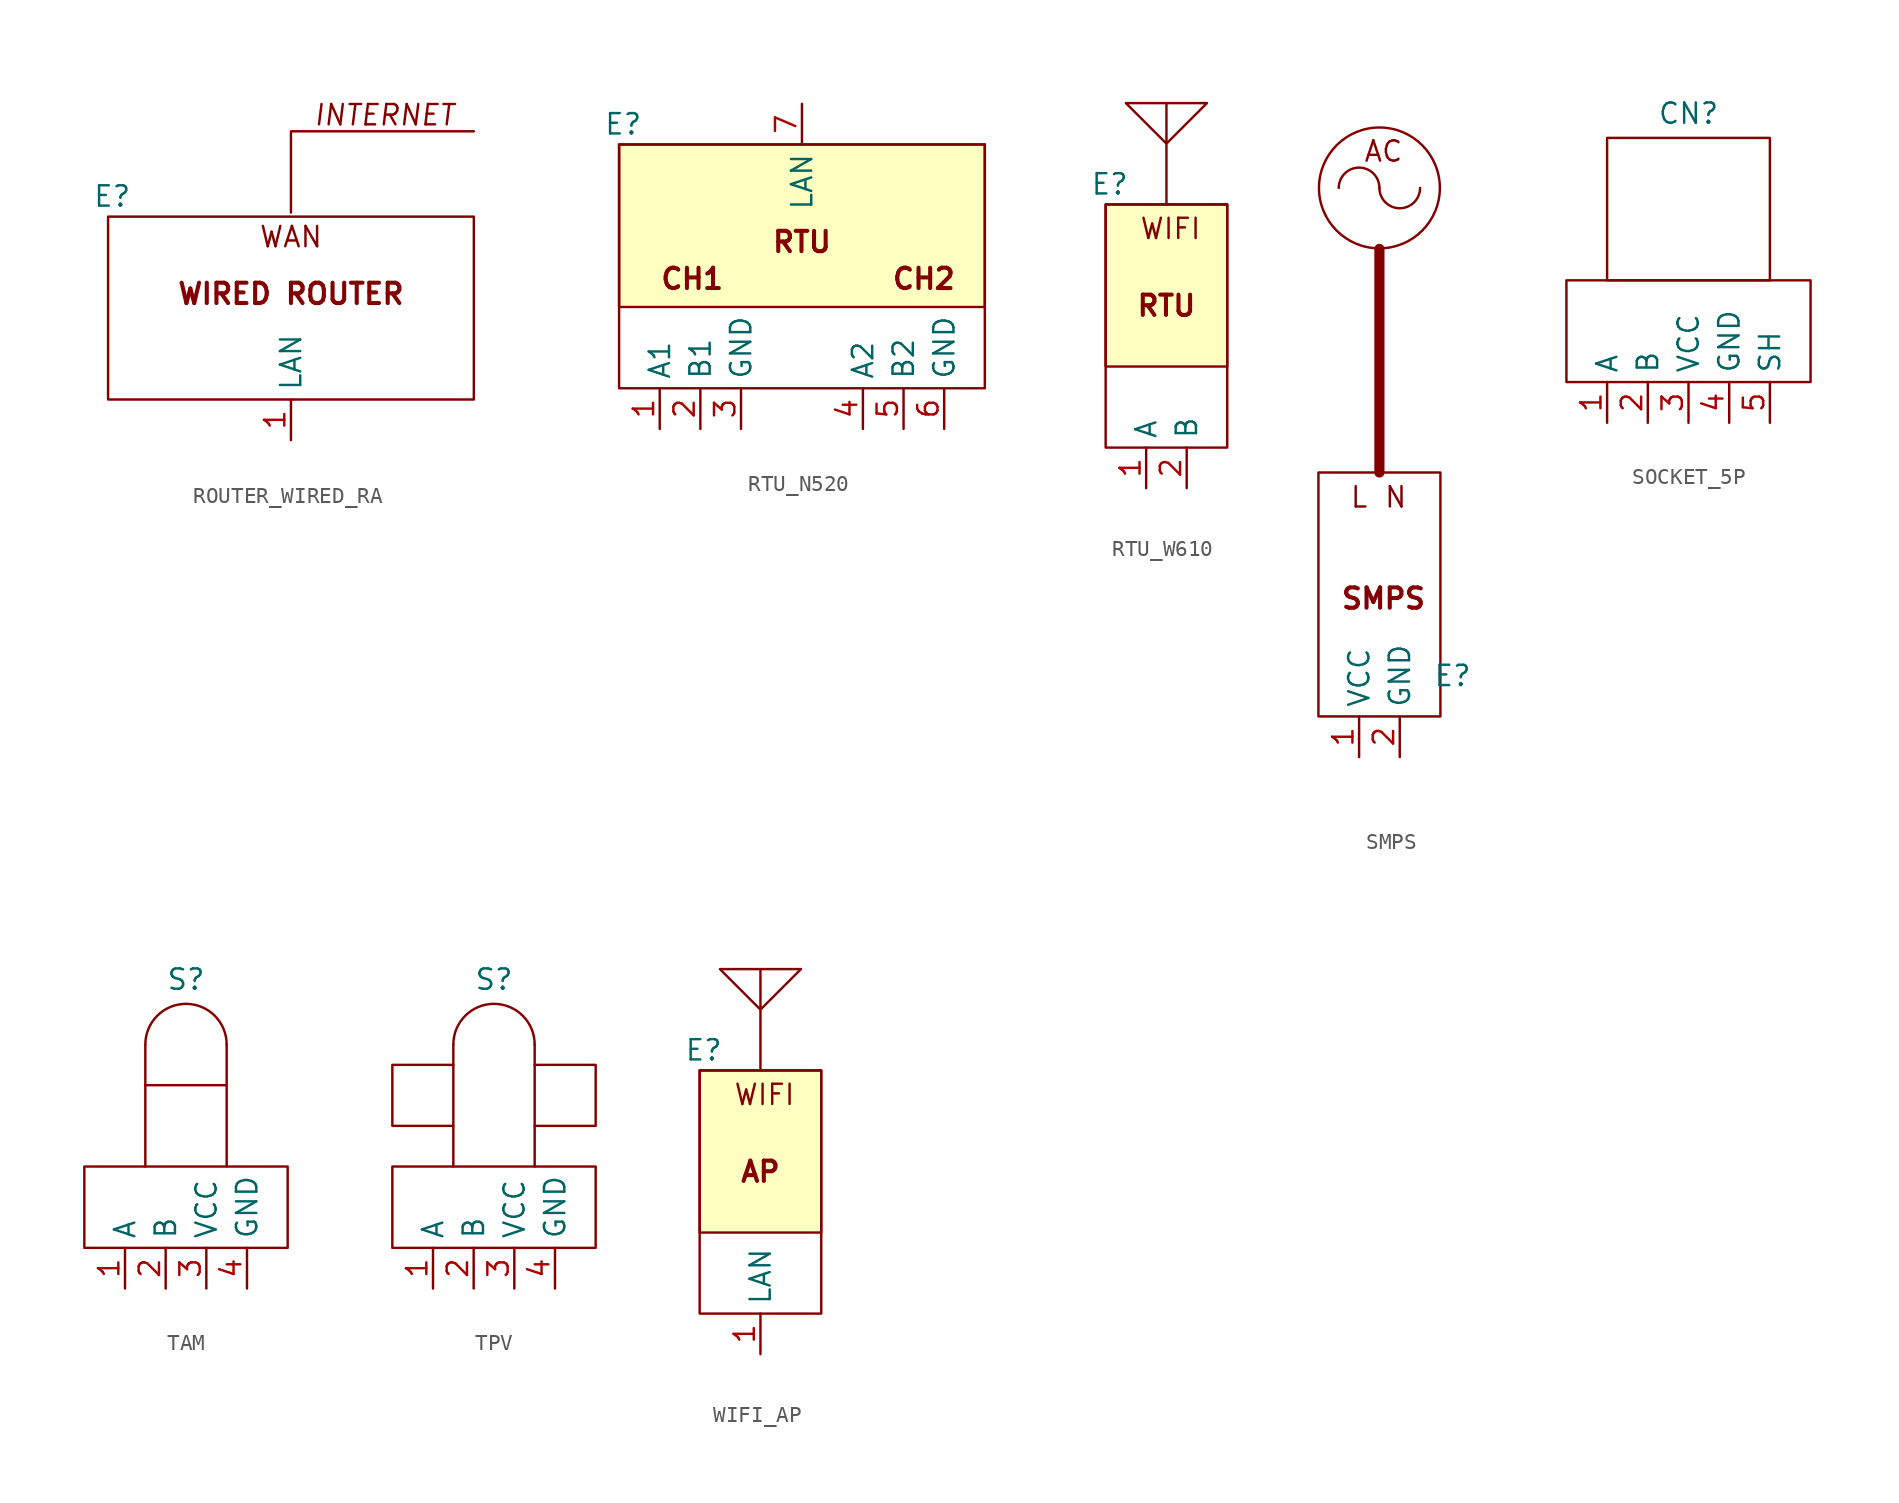
<source format=kicad_sym>
(kicad_symbol_lib
  (version 20231120)
  (generator "kicad_symbol_editor")
  (generator_version "8.0")
  (symbol "ROUTER_WIRED_RA"
    (property "Reference" "E"
      (at -3.556 5.08 0)
      (effects (font (size 1.27 1.27))))
    (property "Value" ""
      (at -1.27 -2.54 0)
      (effects (font (size 1.27 1.27))))
    (symbol "ROUTER_WIRED_RA_0_1"
      (rectangle (start -3.81 3.81) (end 19.05 -7.62) (stroke (width 0) (type default)) (fill (type none))))
    (symbol "ROUTER_WIRED_RA_1_1"
      (polyline (pts (xy 7.62 4.064) (xy 7.62 9.144) (xy 19.05 9.144)) (stroke (width 0) (type default)) (fill (type none)))
      (text "INTERNET" (at 13.462 10.16 0) (effects (font (size 1.27 1.27) (italic yes))))
      (text "WAN" (at 7.62 2.54 0) (effects (font (size 1.27 1.27))))
      (text "WIRED ROUTER" (at 7.62 -1.016 0) (effects (font (size 1.27 1.27) (bold yes))))
      (pin passive line (at 7.62 -10.16 90) (length 2.54) (name "LAN" (effects (font (size 1.27 1.27)))) (number "1" (effects (font (size 1.27 1.27)))))))
  (symbol "RTU_N520"
    (property "Reference" "E"
      (at -3.556 8.89 0)
      (effects (font (size 1.27 1.27))))
    (property "Value" ""
      (at -1.27 -2.54 0)
      (effects (font (size 1.27 1.27))))
    (symbol "RTU_N520_0_1"
      (rectangle (start -3.81 7.62) (end 19.05 -7.62) (stroke (width 0) (type default)) (fill (type none)))
      (rectangle (start -3.81 7.62) (end 19.05 -2.54) (stroke (width 0) (type default)) (fill (type background))))
    (symbol "RTU_N520_1_1"
      (text "CH1" (at 0.762 -1.524 0) (effects (font (size 1.27 1.27) (bold yes)) (justify bottom)))
      (text "CH2" (at 15.24 -1.524 0) (effects (font (size 1.27 1.27) (bold yes)) (justify bottom)))
      (text "RTU" (at 7.62 1.524 0) (effects (font (size 1.27 1.27) (bold yes))))
      (pin passive line (at -1.27 -10.16 90) (length 2.54) (name "A1" (effects (font (size 1.27 1.27)))) (number "1" (effects (font (size 1.27 1.27)))))
      (pin passive line (at 1.27 -10.16 90) (length 2.54) (name "B1" (effects (font (size 1.27 1.27)))) (number "2" (effects (font (size 1.27 1.27)))))
      (pin passive line (at 3.81 -10.16 90) (length 2.54) (name "GND" (effects (font (size 1.27 1.27)))) (number "3" (effects (font (size 1.27 1.27)))))
      (pin passive line (at 11.43 -10.16 90) (length 2.54) (name "A2" (effects (font (size 1.27 1.27)))) (number "4" (effects (font (size 1.27 1.27)))))
      (pin passive line (at 13.97 -10.16 90) (length 2.54) (name "B2" (effects (font (size 1.27 1.27)))) (number "5" (effects (font (size 1.27 1.27)))))
      (pin passive line (at 16.51 -10.16 90) (length 2.54) (name "GND" (effects (font (size 1.27 1.27)))) (number "6" (effects (font (size 1.27 1.27)))))
      (pin passive line (at 7.62 10.16 270) (length 2.54) (name "LAN" (effects (font (size 1.27 1.27)))) (number "7" (effects (font (size 1.27 1.27)))))))
  (symbol "RTU_W610"
    (property "Reference" "E"
      (at -3.556 8.89 0)
      (effects (font (size 1.27 1.27))))
    (property "Value" ""
      (at -1.27 -2.54 0)
      (effects (font (size 1.27 1.27))))
    (symbol "RTU_W610_0_1"
      (rectangle (start -3.81 7.62) (end 3.81 -7.62) (stroke (width 0) (type default)) (fill (type none)))
      (rectangle (start -3.81 7.62) (end 3.81 -2.54) (stroke (width 0) (type default)) (fill (type background)))
      (polyline (pts (xy 0 7.62) (xy 0 13.97) (xy -2.54 13.97) (xy 0 11.43) (xy 2.54 13.97) (xy 0 13.97)) (stroke (width 0) (type default)) (fill (type none))))
    (symbol "RTU_W610_1_1"
      (text "RTU" (at 0 1.27 0) (effects (font (size 1.27 1.27) (bold yes))))
      (text "WIFI" (at 0.254 6.096 0) (effects (font (size 1.27 1.27))))
      (pin passive line (at -1.27 -10.16 90) (length 2.54) (name "A" (effects (font (size 1.27 1.27)))) (number "1" (effects (font (size 1.27 1.27)))))
      (pin passive line (at 1.27 -10.16 90) (length 2.54) (name "B" (effects (font (size 1.27 1.27)))) (number "2" (effects (font (size 1.27 1.27)))))))
  (symbol "SMPS"
    (property "Reference" "E"
      (at 4.572 -5.08 0)
      (effects (font (size 1.27 1.27))))
    (property "Value" ""
      (at -1.27 -2.54 0)
      (effects (font (size 1.27 1.27))))
    (symbol "SMPS_0_1"
      (rectangle (start -3.81 7.62) (end 3.81 -7.62) (stroke (width 0) (type default)) (fill (type none)))
      (arc (start 0 25.4) (mid -1.27 26.67) (end -2.54 25.4) (stroke (width 0) (type default)) (fill (type none)))
      (arc (start 0 25.4) (mid 1.27 24.13) (end 2.54 25.4) (stroke (width 0) (type default)) (fill (type none)))
      (circle (center 0 25.4) (radius 3.776) (stroke (width 0) (type default)) (fill (type none))))
    (symbol "SMPS_1_1"
      (polyline (pts (xy 0 7.62) (xy 0 21.59)) (stroke (width 0.635) (type default)) (fill (type none)))
      (text "AC" (at 0.254 27.686 0) (effects (font (size 1.27 1.27))))
      (text "L" (at -1.27 5.334 0) (effects (font (size 1.27 1.27)) (justify bottom)))
      (text "N" (at 1.016 5.334 0) (effects (font (size 1.27 1.27)) (justify bottom)))
      (text "SMPS" (at 0.254 -0.254 0) (effects (font (size 1.27 1.27) (bold yes))))
      (pin passive line (at -1.27 -10.16 90) (length 2.54) (name "VCC" (effects (font (size 1.27 1.27)))) (number "1" (effects (font (size 1.27 1.27)))))
      (pin passive line (at 1.27 -10.16 90) (length 2.54) (name "GND" (effects (font (size 1.27 1.27)))) (number "2" (effects (font (size 1.27 1.27)))))))
  (symbol "SOCKET_5P"
    (property "Reference" "CN"
      (at 0 10.414 0)
      (effects (font (size 1.27 1.27))))
    (property "Value" ""
      (at -5.08 -3.81 0)
      (effects (font (size 1.27 1.27))))
    (symbol "SOCKET_5P_0_1"
      (rectangle (start -7.62 0) (end 7.62 -6.35) (stroke (width 0) (type default)) (fill (type none)))
      (rectangle (start -5.08 8.89) (end 5.08 0) (stroke (width 0) (type default)) (fill (type none))))
    (symbol "SOCKET_5P_1_1"
      (pin passive line (at -5.08 -8.89 90) (length 2.54) (name "A" (effects (font (size 1.27 1.27)))) (number "1" (effects (font (size 1.27 1.27)))))
      (pin passive line (at -2.54 -8.89 90) (length 2.54) (name "B" (effects (font (size 1.27 1.27)))) (number "2" (effects (font (size 1.27 1.27)))))
      (pin passive line (at 0 -8.89 90) (length 2.54) (name "VCC" (effects (font (size 1.27 1.27)))) (number "3" (effects (font (size 1.27 1.27)))))
      (pin passive line (at 2.54 -8.89 90) (length 2.54) (name "GND" (effects (font (size 1.27 1.27)))) (number "4" (effects (font (size 1.27 1.27)))))
      (pin passive line (at 5.08 -8.89 90) (length 2.54) (name "SH" (effects (font (size 1.27 1.27)))) (number "5" (effects (font (size 1.27 1.27)))))))
  (symbol "TAM"
    (property "Reference" "S"
      (at 0 11.684 0)
      (effects (font (size 1.27 1.27))))
    (property "Value" ""
      (at -3.81 -2.54 0)
      (effects (font (size 1.27 1.27))))
    (symbol "TAM_0_1"
      (rectangle (start -6.35 0) (end 6.35 -5.08) (stroke (width 0) (type default)) (fill (type none)))
      (polyline (pts (xy -2.54 5.08) (xy 2.54 5.08)) (stroke (width 0) (type default)) (fill (type none)))
      (polyline (pts (xy -2.54 7.62) (xy -2.54 0)) (stroke (width 0) (type default)) (fill (type none)))
      (polyline (pts (xy 2.54 7.62) (xy 2.54 0)) (stroke (width 0) (type default)) (fill (type none)))
      (arc (start 0 10.16) (mid -1.7961 9.4161) (end -2.54 7.62) (stroke (width 0) (type default)) (fill (type none)))
      (arc (start 2.54 7.62) (mid 1.7961 9.4161) (end 0 10.16) (stroke (width 0) (type default)) (fill (type none))))
    (symbol "TAM_1_1"
      (pin passive line (at -3.81 -7.62 90) (length 2.54) (name "A" (effects (font (size 1.27 1.27)))) (number "1" (effects (font (size 1.27 1.27)))))
      (pin passive line (at -1.27 -7.62 90) (length 2.54) (name "B" (effects (font (size 1.27 1.27)))) (number "2" (effects (font (size 1.27 1.27)))))
      (pin passive line (at 1.27 -7.62 90) (length 2.54) (name "VCC" (effects (font (size 1.27 1.27)))) (number "3" (effects (font (size 1.27 1.27)))))
      (pin passive line (at 3.81 -7.62 90) (length 2.54) (name "GND" (effects (font (size 1.27 1.27)))) (number "4" (effects (font (size 1.27 1.27)))))))
  (symbol "TPV"
    (property "Reference" "S"
      (at 0 11.684 0)
      (effects (font (size 1.27 1.27))))
    (property "Value" ""
      (at -3.81 -2.54 0)
      (effects (font (size 1.27 1.27))))
    (symbol "TPV_0_1"
      (rectangle (start -6.35 0) (end 6.35 -5.08) (stroke (width 0) (type default)) (fill (type none)))
      (polyline (pts (xy -2.54 7.62) (xy -2.54 0)) (stroke (width 0) (type default)) (fill (type none)))
      (polyline (pts (xy 2.54 7.62) (xy 2.54 0)) (stroke (width 0) (type default)) (fill (type none)))
      (polyline (pts (xy -2.54 6.35) (xy -6.35 6.35) (xy -6.35 2.54) (xy -2.54 2.54)) (stroke (width 0) (type default)) (fill (type none)))
      (polyline (pts (xy 2.54 6.35) (xy 6.35 6.35) (xy 6.35 2.54) (xy 2.54 2.54)) (stroke (width 0) (type default)) (fill (type none)))
      (arc (start 0 10.16) (mid -1.7961 9.4161) (end -2.54 7.62) (stroke (width 0) (type default)) (fill (type none)))
      (arc (start 2.54 7.62) (mid 1.7961 9.4161) (end 0 10.16) (stroke (width 0) (type default)) (fill (type none))))
    (symbol "TPV_1_1"
      (pin passive line (at -3.81 -7.62 90) (length 2.54) (name "A" (effects (font (size 1.27 1.27)))) (number "1" (effects (font (size 1.27 1.27)))))
      (pin passive line (at -1.27 -7.62 90) (length 2.54) (name "B" (effects (font (size 1.27 1.27)))) (number "2" (effects (font (size 1.27 1.27)))))
      (pin passive line (at 1.27 -7.62 90) (length 2.54) (name "VCC" (effects (font (size 1.27 1.27)))) (number "3" (effects (font (size 1.27 1.27)))))
      (pin passive line (at 3.81 -7.62 90) (length 2.54) (name "GND" (effects (font (size 1.27 1.27)))) (number "4" (effects (font (size 1.27 1.27)))))))
  (symbol "WIFI_AP"
    (property "Reference" "E"
      (at -3.556 8.89 0)
      (effects (font (size 1.27 1.27))))
    (property "Value" ""
      (at -1.27 -2.54 0)
      (effects (font (size 1.27 1.27))))
    (symbol "WIFI_AP_0_1"
      (rectangle (start -3.81 7.62) (end 3.81 -7.62) (stroke (width 0) (type default)) (fill (type none)))
      (rectangle (start -3.81 7.62) (end 3.81 -2.54) (stroke (width 0) (type default)) (fill (type background)))
      (polyline (pts (xy 0 7.62) (xy 0 13.97) (xy -2.54 13.97) (xy 0 11.43) (xy 2.54 13.97) (xy 0 13.97)) (stroke (width 0) (type default)) (fill (type none))))
    (symbol "WIFI_AP_1_1"
      (text "AP" (at 0 1.27 0) (effects (font (size 1.27 1.27) (bold yes))))
      (text "WIFI" (at 0.254 6.096 0) (effects (font (size 1.27 1.27))))
      (pin passive line (at 0 -10.16 90) (length 2.54) (name "LAN" (effects (font (size 1.27 1.27)))) (number "1" (effects (font (size 1.27 1.27))))))))
</source>
